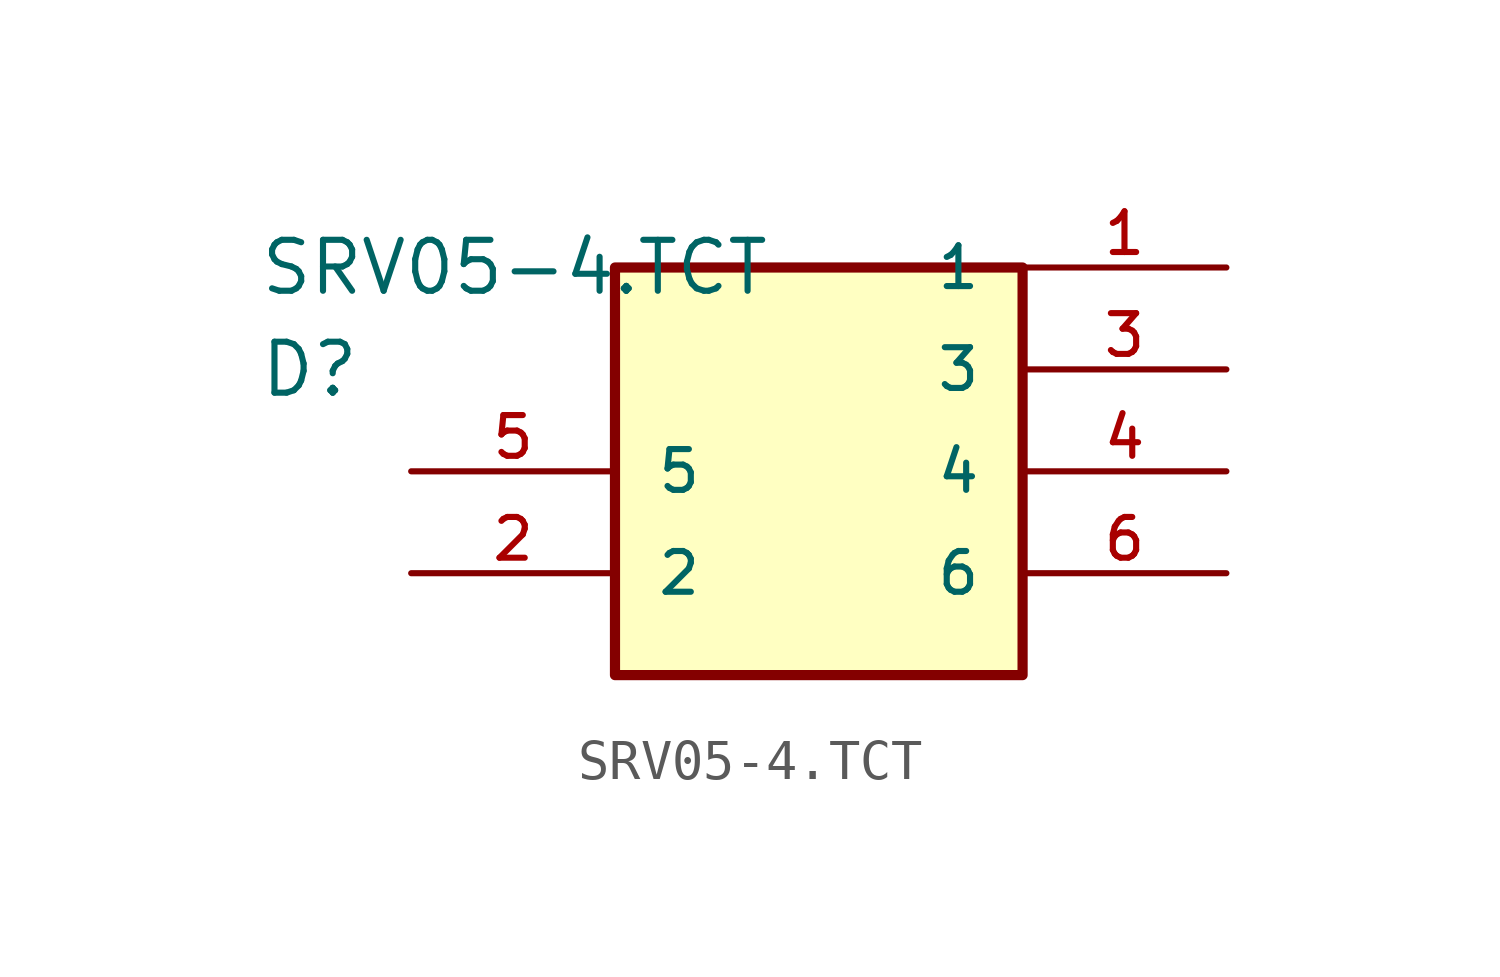
<source format=kicad_sym>
(kicad_symbol_lib
  (version 20211014)
  (generator kicad_symbol_editor)
  (symbol "SRV05-4.TCT"
    (pin_names
      (offset 1.016))
    (property "Reference" "D"
      (at -3.81 0.0 0)
      (effects (font (size 1.27 1.27)) (justify left)))
    (property "Value" "SRV05-4.TCT"
      (at -3.81 2.54 0)
      (effects (font (size 1.27 1.27)) (justify left)))
    (symbol "SRV05-4.TCT_0_0"
      (rectangle (start 5.08 -7.62) (end 15.24 2.54) (stroke (width 0.254)) (fill (type background)))
      (pin bidirectional line (at 20.32 2.54 180.0) (length 5.08) (name "1" (effects (font (size 1.016 1.016)))) (number "1" (effects (font (size 1.016 1.016)))))
      (pin bidirectional line (at 0.0 -5.08 0) (length 5.08) (name "2" (effects (font (size 1.016 1.016)))) (number "2" (effects (font (size 1.016 1.016)))))
      (pin bidirectional line (at 20.32 0.0 180.0) (length 5.08) (name "3" (effects (font (size 1.016 1.016)))) (number "3" (effects (font (size 1.016 1.016)))))
      (pin bidirectional line (at 20.32 -5.08 180.0) (length 5.08) (name "6" (effects (font (size 1.016 1.016)))) (number "6" (effects (font (size 1.016 1.016)))))
      (pin bidirectional line (at 0.0 -2.54 0) (length 5.08) (name "5" (effects (font (size 1.016 1.016)))) (number "5" (effects (font (size 1.016 1.016)))))
      (pin bidirectional line (at 20.32 -2.54 180.0) (length 5.08) (name "4" (effects (font (size 1.016 1.016)))) (number "4" (effects (font (size 1.016 1.016))))))))
</source>
